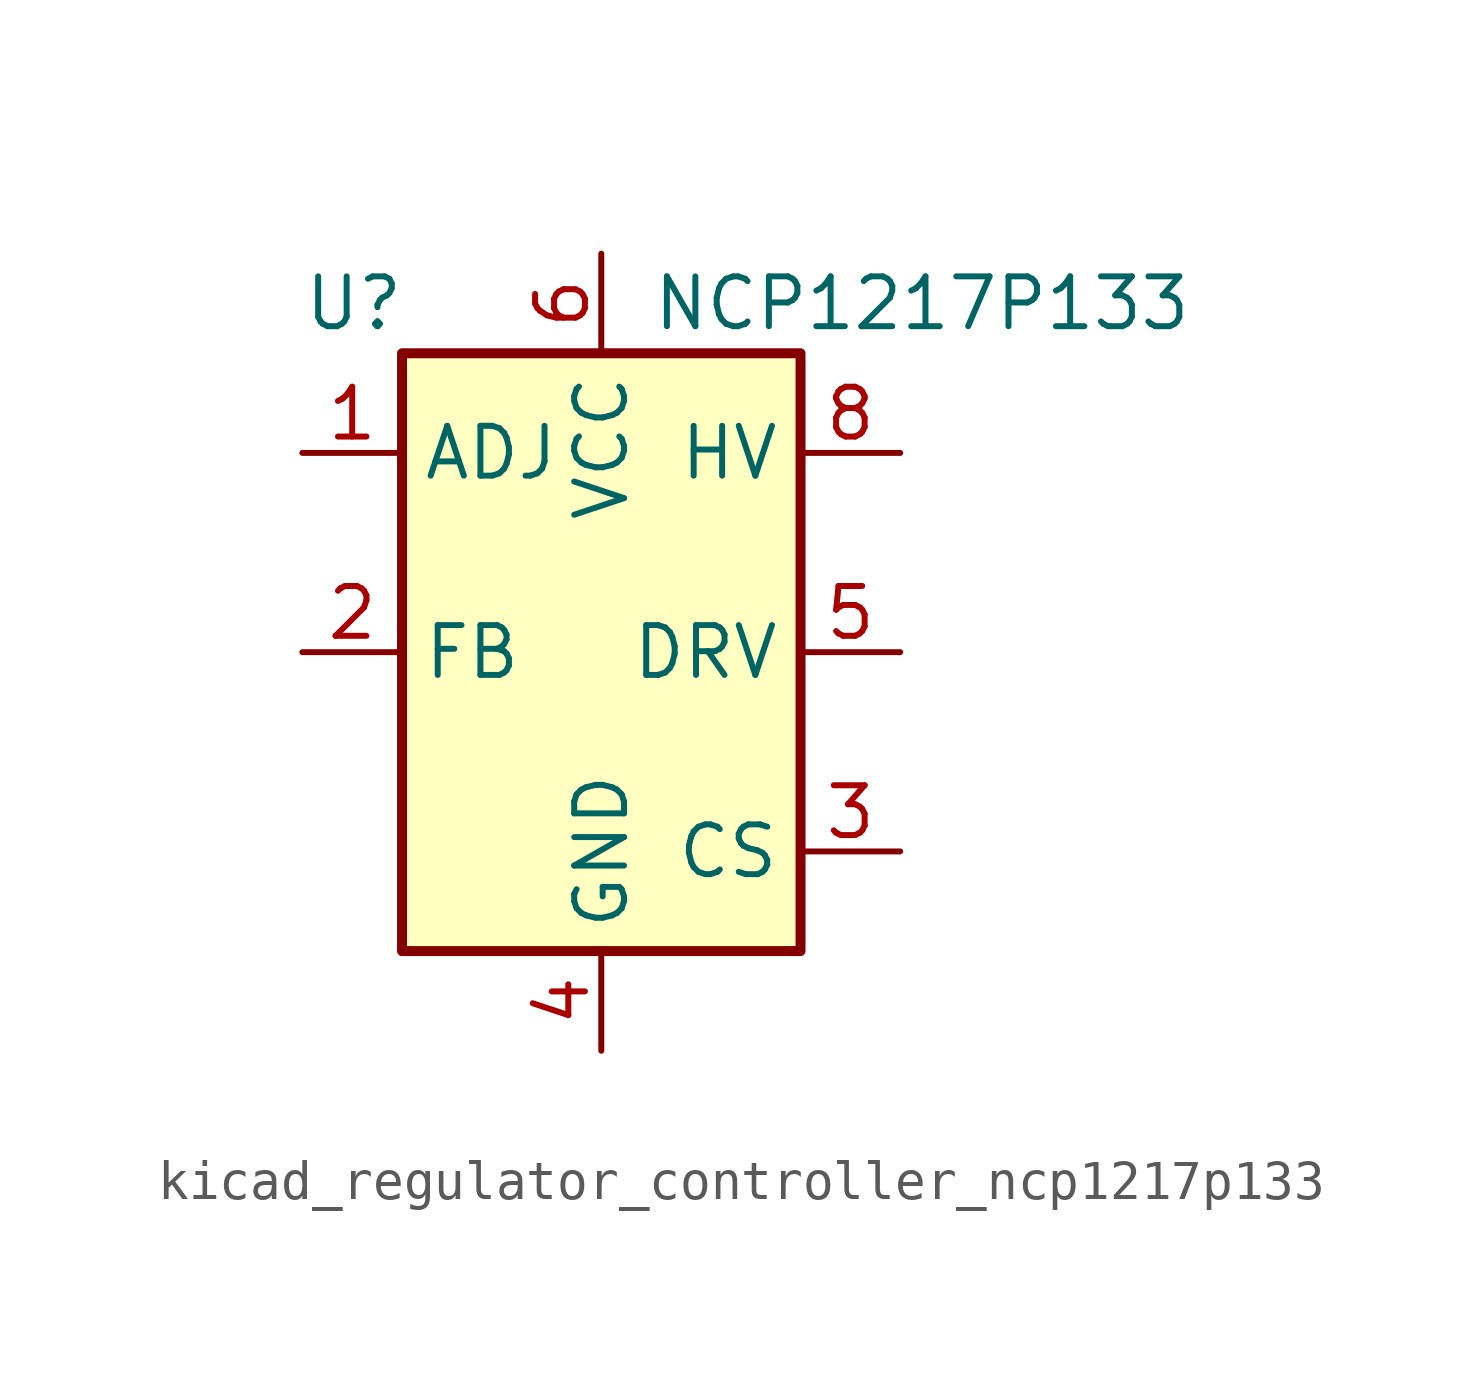
<source format=kicad_sym>
(kicad_symbol_lib
  (version 20220914)
  (generator kicad_symbol_editor)
  (symbol "kicad_regulator_controller_ncp1217p133"
    (property "Reference" "U"
      (at -7.62 8.89 0)
      (effects (font (size 1.27 1.27)) (justify left)))
    (property "Value" "NCP1217P133"
      (at 1.27 8.89 0)
      (effects (font (size 1.27 1.27)) (justify left)))
    (symbol "kicad_regulator_controller_ncp1217p133_0_0"
      (rectangle (start -5.08 7.62) (end 5.08 -7.62) (stroke (width 0.254) (type default)) (fill (type background))))
    (symbol "kicad_regulator_controller_ncp1217p133_1_1"
      (pin input line (at -7.62 5.08 0) (length 2.54) (name "ADJ" (effects (font (size 1.27 1.27)))) (number "1" (effects (font (size 1.27 1.27)))))
      (pin input line (at -7.62 0 0) (length 2.54) (name "FB" (effects (font (size 1.27 1.27)))) (number "2" (effects (font (size 1.27 1.27)))))
      (pin input line (at 7.62 -5.08 180) (length 2.54) (name "CS" (effects (font (size 1.27 1.27)))) (number "3" (effects (font (size 1.27 1.27)))))
      (pin power_in line (at 0 -10.16 90) (length 2.54) (name "GND" (effects (font (size 1.27 1.27)))) (number "4" (effects (font (size 1.27 1.27)))))
      (pin output line (at 7.62 0 180) (length 2.54) (name "DRV" (effects (font (size 1.27 1.27)))) (number "5" (effects (font (size 1.27 1.27)))))
      (pin power_in line (at 0 10.16 270) (length 2.54) (name "VCC" (effects (font (size 1.27 1.27)))) (number "6" (effects (font (size 1.27 1.27)))))
      (pin no_connect line (at -5.08 2.54 0) (length 2.54) hide (name "NC" (effects (font (size 1.27 1.27)))) (number "7" (effects (font (size 1.27 1.27)))))
      (pin input line (at 7.62 5.08 180) (length 2.54) (name "HV" (effects (font (size 1.27 1.27)))) (number "8" (effects (font (size 1.27 1.27))))))))
</source>
